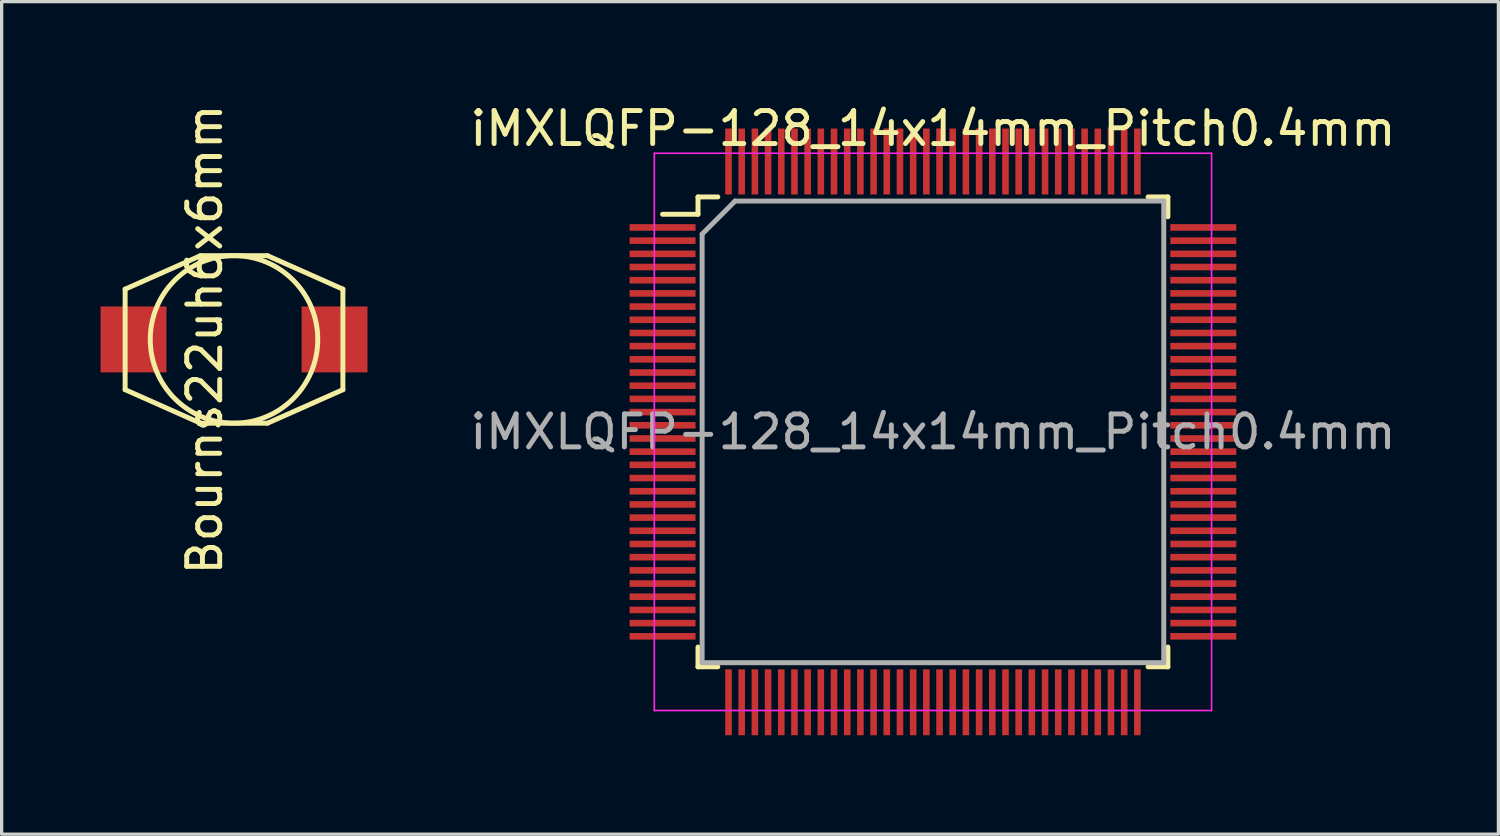
<source format=kicad_pcb>
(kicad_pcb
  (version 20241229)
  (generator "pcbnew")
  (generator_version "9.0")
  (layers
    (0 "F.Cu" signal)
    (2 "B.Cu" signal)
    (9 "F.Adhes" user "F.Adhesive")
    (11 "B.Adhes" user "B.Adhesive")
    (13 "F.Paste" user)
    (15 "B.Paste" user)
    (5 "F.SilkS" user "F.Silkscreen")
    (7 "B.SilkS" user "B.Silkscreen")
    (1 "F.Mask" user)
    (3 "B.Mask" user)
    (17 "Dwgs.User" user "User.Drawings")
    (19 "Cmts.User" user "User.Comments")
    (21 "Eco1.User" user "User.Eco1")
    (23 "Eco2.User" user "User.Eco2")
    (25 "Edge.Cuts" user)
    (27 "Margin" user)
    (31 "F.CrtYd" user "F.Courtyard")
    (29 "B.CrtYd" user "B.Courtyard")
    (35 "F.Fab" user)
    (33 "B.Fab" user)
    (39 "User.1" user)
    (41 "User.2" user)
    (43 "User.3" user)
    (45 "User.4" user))
  (footprint "Bourns22uh6x6mm"
    (layer "F.Cu")
    (at 4.047 7.244)
    (property "Reference" "Bourns22uh6x6mm" (at -0.889 0 90) (layer "F.SilkS") (effects (font (size 1 1) (thickness 0.15))))
    (attr smd)
    (fp_line (start -3.302 -1.524) (end -1.016 -2.54) (stroke (width 0.15) (type solid)) (layer "F.SilkS"))
    (fp_line (start -3.302 1.524) (end -3.302 -1.524) (stroke (width 0.15) (type solid)) (layer "F.SilkS"))
    (fp_line (start -1.016 -2.54) (end 0 -2.54) (stroke (width 0.15) (type solid)) (layer "F.SilkS"))
    (fp_line (start -1.016 2.54) (end -3.302 1.524) (stroke (width 0.15) (type solid)) (layer "F.SilkS"))
    (fp_line (start 0 -2.54) (end 1.016 -2.54) (stroke (width 0.15) (type solid)) (layer "F.SilkS"))
    (fp_line (start 1.016 -2.54) (end 3.302 -1.524) (stroke (width 0.15) (type solid)) (layer "F.SilkS"))
    (fp_line (start 1.016 2.54) (end -1.016 2.54) (stroke (width 0.15) (type solid)) (layer "F.SilkS"))
    (fp_line (start 3.302 -1.524) (end 3.302 1.524) (stroke (width 0.15) (type solid)) (layer "F.SilkS"))
    (fp_line (start 3.302 1.524) (end 1.016 2.54) (stroke (width 0.15) (type solid)) (layer "F.SilkS"))
    (fp_circle (center 0 0) (end 0 2.54) (stroke (width 0.15) (type solid)) (fill no) (layer "F.SilkS"))
    (pad "1" smd rect (at -3.048 0) (size 1.999 1.999) (layers "F.Cu" "F.Mask" "F.Paste"))
    (pad "2" smd rect (at 3.048 0) (size 1.999 1.999) (layers "F.Cu" "F.Mask" "F.Paste")))
  (footprint "iMXLQFP-128_14x14mm_Pitch0.4mm"
    (layer "F.Cu")
    (at 25.244 10.048)
    (property "Reference" "iMXLQFP-128_14x14mm_Pitch0.4mm" (at 0 -9.2 0) (layer "F.SilkS") (effects (font (size 1 1) (thickness 0.15))))
    (attr smd)
    (fp_line (start -7.125 -7.125) (end -7.125 -6.6) (stroke (width 0.15) (type solid)) (layer "F.SilkS"))
    (fp_line (start -7.125 -7.125) (end -6.525 -7.125) (stroke (width 0.15) (type solid)) (layer "F.SilkS"))
    (fp_line (start -7.125 -6.6) (end -8.2 -6.6) (stroke (width 0.15) (type solid)) (layer "F.SilkS"))
    (fp_line (start -7.125 7.125) (end -7.125 6.525) (stroke (width 0.15) (type solid)) (layer "F.SilkS"))
    (fp_line (start -7.125 7.125) (end -6.525 7.125) (stroke (width 0.15) (type solid)) (layer "F.SilkS"))
    (fp_line (start 7.125 -7.125) (end 6.525 -7.125) (stroke (width 0.15) (type solid)) (layer "F.SilkS"))
    (fp_line (start 7.125 -7.125) (end 7.125 -6.525) (stroke (width 0.15) (type solid)) (layer "F.SilkS"))
    (fp_line (start 7.125 7.125) (end 6.525 7.125) (stroke (width 0.15) (type solid)) (layer "F.SilkS"))
    (fp_line (start 7.125 7.125) (end 7.125 6.525) (stroke (width 0.15) (type solid)) (layer "F.SilkS"))
    (fp_line (start -8.45 -8.45) (end -8.45 8.45) (stroke (width 0.05) (type solid)) (layer "F.CrtYd"))
    (fp_line (start -8.45 -8.45) (end 8.45 -8.45) (stroke (width 0.05) (type solid)) (layer "F.CrtYd"))
    (fp_line (start -8.45 8.45) (end 8.45 8.45) (stroke (width 0.05) (type solid)) (layer "F.CrtYd"))
    (fp_line (start 8.45 -8.45) (end 8.45 8.45) (stroke (width 0.05) (type solid)) (layer "F.CrtYd"))
    (fp_line (start -7 -6) (end -6 -7) (stroke (width 0.15) (type solid)) (layer "F.Fab"))
    (fp_line (start -7 7) (end -7 -6) (stroke (width 0.15) (type solid)) (layer "F.Fab"))
    (fp_line (start -6 -7) (end 7 -7) (stroke (width 0.15) (type solid)) (layer "F.Fab"))
    (fp_line (start 7 -7) (end 7 7) (stroke (width 0.15) (type solid)) (layer "F.Fab"))
    (fp_line (start 7 7) (end -7 7) (stroke (width 0.15) (type solid)) (layer "F.Fab"))
    (fp_text user "${REFERENCE}" (at 0 0 0) (layer "F.Fab") (effects (font (size 1 1) (thickness 0.15))))
    (pad "1" smd rect (at -8.2 -6.2) (size 2 0.2) (layers "F.Cu" "F.Mask" "F.Paste"))
    (pad "2" smd rect (at -8.2 -5.8) (size 2 0.2) (layers "F.Cu" "F.Mask" "F.Paste"))
    (pad "3" smd rect (at -8.2 -5.4) (size 2 0.2) (layers "F.Cu" "F.Mask" "F.Paste"))
    (pad "4" smd rect (at -8.2 -5) (size 2 0.2) (layers "F.Cu" "F.Mask" "F.Paste"))
    (pad "5" smd rect (at -8.2 -4.6) (size 2 0.2) (layers "F.Cu" "F.Mask" "F.Paste"))
    (pad "6" smd rect (at -8.2 -4.2) (size 2 0.2) (layers "F.Cu" "F.Mask" "F.Paste"))
    (pad "7" smd rect (at -8.2 -3.8) (size 2 0.2) (layers "F.Cu" "F.Mask" "F.Paste"))
    (pad "8" smd rect (at -8.2 -3.4) (size 2 0.2) (layers "F.Cu" "F.Mask" "F.Paste"))
    (pad "9" smd rect (at -8.2 -3) (size 2 0.2) (layers "F.Cu" "F.Mask" "F.Paste"))
    (pad "10" smd rect (at -8.2 -2.6) (size 2 0.2) (layers "F.Cu" "F.Mask" "F.Paste"))
    (pad "11" smd rect (at -8.2 -2.2) (size 2 0.2) (layers "F.Cu" "F.Mask" "F.Paste"))
    (pad "12" smd rect (at -8.2 -1.8) (size 2 0.2) (layers "F.Cu" "F.Mask" "F.Paste"))
    (pad "13" smd rect (at -8.2 -1.4) (size 2 0.2) (layers "F.Cu" "F.Mask" "F.Paste"))
    (pad "14" smd rect (at -8.2 -1) (size 2 0.2) (layers "F.Cu" "F.Mask" "F.Paste"))
    (pad "15" smd rect (at -8.2 -0.6) (size 2 0.2) (layers "F.Cu" "F.Mask" "F.Paste"))
    (pad "16" smd rect (at -8.2 -0.2) (size 2 0.2) (layers "F.Cu" "F.Mask" "F.Paste"))
    (pad "17" smd rect (at -8.2 0.2) (size 2 0.2) (layers "F.Cu" "F.Mask" "F.Paste"))
    (pad "18" smd rect (at -8.2 0.6) (size 2 0.2) (layers "F.Cu" "F.Mask" "F.Paste"))
    (pad "19" smd rect (at -8.2 1) (size 2 0.2) (layers "F.Cu" "F.Mask" "F.Paste"))
    (pad "20" smd rect (at -8.2 1.4) (size 2 0.2) (layers "F.Cu" "F.Mask" "F.Paste"))
    (pad "21" smd rect (at -8.2 1.8) (size 2 0.2) (layers "F.Cu" "F.Mask" "F.Paste"))
    (pad "22" smd rect (at -8.2 2.2) (size 2 0.2) (layers "F.Cu" "F.Mask" "F.Paste"))
    (pad "23" smd rect (at -8.2 2.6) (size 2 0.2) (layers "F.Cu" "F.Mask" "F.Paste"))
    (pad "24" smd rect (at -8.2 3) (size 2 0.2) (layers "F.Cu" "F.Mask" "F.Paste"))
    (pad "25" smd rect (at -8.2 3.4) (size 2 0.2) (layers "F.Cu" "F.Mask" "F.Paste"))
    (pad "26" smd rect (at -8.2 3.8) (size 2 0.2) (layers "F.Cu" "F.Mask" "F.Paste"))
    (pad "27" smd rect (at -8.2 4.2) (size 2 0.2) (layers "F.Cu" "F.Mask" "F.Paste"))
    (pad "28" smd rect (at -8.2 4.6) (size 2 0.2) (layers "F.Cu" "F.Mask" "F.Paste"))
    (pad "29" smd rect (at -8.2 5) (size 2 0.2) (layers "F.Cu" "F.Mask" "F.Paste"))
    (pad "30" smd rect (at -8.2 5.4) (size 2 0.2) (layers "F.Cu" "F.Mask" "F.Paste"))
    (pad "31" smd rect (at -8.2 5.8) (size 2 0.2) (layers "F.Cu" "F.Mask" "F.Paste"))
    (pad "32" smd rect (at -8.2 6.2) (size 2 0.2) (layers "F.Cu" "F.Mask" "F.Paste"))
    (pad "33" smd rect (at -6.2 8.2 90) (size 2 0.2) (layers "F.Cu" "F.Mask" "F.Paste"))
    (pad "34" smd rect (at -5.8 8.2 90) (size 2 0.2) (layers "F.Cu" "F.Mask" "F.Paste"))
    (pad "35" smd rect (at -5.4 8.2 90) (size 2 0.2) (layers "F.Cu" "F.Mask" "F.Paste"))
    (pad "36" smd rect (at -5 8.2 90) (size 2 0.2) (layers "F.Cu" "F.Mask" "F.Paste"))
    (pad "37" smd rect (at -4.6 8.2 90) (size 2 0.2) (layers "F.Cu" "F.Mask" "F.Paste"))
    (pad "38" smd rect (at -4.2 8.2 90) (size 2 0.2) (layers "F.Cu" "F.Mask" "F.Paste"))
    (pad "39" smd rect (at -3.8 8.2 90) (size 2 0.2) (layers "F.Cu" "F.Mask" "F.Paste"))
    (pad "40" smd rect (at -3.4 8.2 90) (size 2 0.2) (layers "F.Cu" "F.Mask" "F.Paste"))
    (pad "41" smd rect (at -3 8.2 90) (size 2 0.2) (layers "F.Cu" "F.Mask" "F.Paste"))
    (pad "42" smd rect (at -2.6 8.2 90) (size 2 0.2) (layers "F.Cu" "F.Mask" "F.Paste"))
    (pad "43" smd rect (at -2.2 8.2 90) (size 2 0.2) (layers "F.Cu" "F.Mask" "F.Paste"))
    (pad "44" smd rect (at -1.8 8.2 90) (size 2 0.2) (layers "F.Cu" "F.Mask" "F.Paste"))
    (pad "45" smd rect (at -1.4 8.2 90) (size 2 0.2) (layers "F.Cu" "F.Mask" "F.Paste"))
    (pad "46" smd rect (at -1 8.2 90) (size 2 0.2) (layers "F.Cu" "F.Mask" "F.Paste"))
    (pad "47" smd rect (at -0.6 8.2 90) (size 2 0.2) (layers "F.Cu" "F.Mask" "F.Paste"))
    (pad "48" smd rect (at -0.2 8.2 90) (size 2 0.2) (layers "F.Cu" "F.Mask" "F.Paste"))
    (pad "49" smd rect (at 0.2 8.2 90) (size 2 0.2) (layers "F.Cu" "F.Mask" "F.Paste"))
    (pad "50" smd rect (at 0.6 8.2 90) (size 2 0.2) (layers "F.Cu" "F.Mask" "F.Paste"))
    (pad "51" smd rect (at 1 8.2 90) (size 2 0.2) (layers "F.Cu" "F.Mask" "F.Paste"))
    (pad "52" smd rect (at 1.4 8.2 90) (size 2 0.2) (layers "F.Cu" "F.Mask" "F.Paste"))
    (pad "53" smd rect (at 1.8 8.2 90) (size 2 0.2) (layers "F.Cu" "F.Mask" "F.Paste"))
    (pad "54" smd rect (at 2.2 8.2 90) (size 2 0.2) (layers "F.Cu" "F.Mask" "F.Paste"))
    (pad "55" smd rect (at 2.6 8.2 90) (size 2 0.2) (layers "F.Cu" "F.Mask" "F.Paste"))
    (pad "56" smd rect (at 3 8.2 90) (size 2 0.2) (layers "F.Cu" "F.Mask" "F.Paste"))
    (pad "57" smd rect (at 3.4 8.2 90) (size 2 0.2) (layers "F.Cu" "F.Mask" "F.Paste"))
    (pad "58" smd rect (at 3.8 8.2 90) (size 2 0.2) (layers "F.Cu" "F.Mask" "F.Paste"))
    (pad "59" smd rect (at 4.2 8.2 90) (size 2 0.2) (layers "F.Cu" "F.Mask" "F.Paste"))
    (pad "60" smd rect (at 4.6 8.2 90) (size 2 0.2) (layers "F.Cu" "F.Mask" "F.Paste"))
    (pad "61" smd rect (at 5 8.2 90) (size 2 0.2) (layers "F.Cu" "F.Mask" "F.Paste"))
    (pad "62" smd rect (at 5.4 8.2 90) (size 2 0.2) (layers "F.Cu" "F.Mask" "F.Paste"))
    (pad "63" smd rect (at 5.8 8.2 90) (size 2 0.2) (layers "F.Cu" "F.Mask" "F.Paste"))
    (pad "64" smd rect (at 6.2 8.2 90) (size 2 0.2) (layers "F.Cu" "F.Mask" "F.Paste"))
    (pad "65" smd rect (at 8.2 6.2) (size 2 0.2) (layers "F.Cu" "F.Mask" "F.Paste"))
    (pad "66" smd rect (at 8.2 5.8) (size 2 0.2) (layers "F.Cu" "F.Mask" "F.Paste"))
    (pad "67" smd rect (at 8.2 5.4) (size 2 0.2) (layers "F.Cu" "F.Mask" "F.Paste"))
    (pad "68" smd rect (at 8.2 5) (size 2 0.2) (layers "F.Cu" "F.Mask" "F.Paste"))
    (pad "69" smd rect (at 8.2 4.6) (size 2 0.2) (layers "F.Cu" "F.Mask" "F.Paste"))
    (pad "70" smd rect (at 8.2 4.2) (size 2 0.2) (layers "F.Cu" "F.Mask" "F.Paste"))
    (pad "71" smd rect (at 8.2 3.8) (size 2 0.2) (layers "F.Cu" "F.Mask" "F.Paste"))
    (pad "72" smd rect (at 8.2 3.4) (size 2 0.2) (layers "F.Cu" "F.Mask" "F.Paste"))
    (pad "73" smd rect (at 8.2 3) (size 2 0.2) (layers "F.Cu" "F.Mask" "F.Paste"))
    (pad "74" smd rect (at 8.2 2.6) (size 2 0.2) (layers "F.Cu" "F.Mask" "F.Paste"))
    (pad "75" smd rect (at 8.2 2.2) (size 2 0.2) (layers "F.Cu" "F.Mask" "F.Paste"))
    (pad "76" smd rect (at 8.2 1.8) (size 2 0.2) (layers "F.Cu" "F.Mask" "F.Paste"))
    (pad "77" smd rect (at 8.2 1.4) (size 2 0.2) (layers "F.Cu" "F.Mask" "F.Paste"))
    (pad "78" smd rect (at 8.2 1) (size 2 0.2) (layers "F.Cu" "F.Mask" "F.Paste"))
    (pad "79" smd rect (at 8.2 0.6) (size 2 0.2) (layers "F.Cu" "F.Mask" "F.Paste"))
    (pad "80" smd rect (at 8.2 0.2) (size 2 0.2) (layers "F.Cu" "F.Mask" "F.Paste"))
    (pad "81" smd rect (at 8.2 -0.2) (size 2 0.2) (layers "F.Cu" "F.Mask" "F.Paste"))
    (pad "82" smd rect (at 8.2 -0.6) (size 2 0.2) (layers "F.Cu" "F.Mask" "F.Paste"))
    (pad "83" smd rect (at 8.2 -1) (size 2 0.2) (layers "F.Cu" "F.Mask" "F.Paste"))
    (pad "84" smd rect (at 8.2 -1.4) (size 2 0.2) (layers "F.Cu" "F.Mask" "F.Paste"))
    (pad "85" smd rect (at 8.2 -1.8) (size 2 0.2) (layers "F.Cu" "F.Mask" "F.Paste"))
    (pad "86" smd rect (at 8.2 -2.2) (size 2 0.2) (layers "F.Cu" "F.Mask" "F.Paste"))
    (pad "87" smd rect (at 8.2 -2.6) (size 2 0.2) (layers "F.Cu" "F.Mask" "F.Paste"))
    (pad "88" smd rect (at 8.2 -3) (size 2 0.2) (layers "F.Cu" "F.Mask" "F.Paste"))
    (pad "89" smd rect (at 8.2 -3.4) (size 2 0.2) (layers "F.Cu" "F.Mask" "F.Paste"))
    (pad "90" smd rect (at 8.2 -3.8) (size 2 0.2) (layers "F.Cu" "F.Mask" "F.Paste"))
    (pad "91" smd rect (at 8.2 -4.2) (size 2 0.2) (layers "F.Cu" "F.Mask" "F.Paste"))
    (pad "92" smd rect (at 8.2 -4.6) (size 2 0.2) (layers "F.Cu" "F.Mask" "F.Paste"))
    (pad "93" smd rect (at 8.2 -5) (size 2 0.2) (layers "F.Cu" "F.Mask" "F.Paste"))
    (pad "94" smd rect (at 8.2 -5.4) (size 2 0.2) (layers "F.Cu" "F.Mask" "F.Paste"))
    (pad "95" smd rect (at 8.2 -5.8) (size 2 0.2) (layers "F.Cu" "F.Mask" "F.Paste"))
    (pad "96" smd rect (at 8.2 -6.2) (size 2 0.2) (layers "F.Cu" "F.Mask" "F.Paste"))
    (pad "97" smd rect (at 6.2 -8.2 90) (size 2 0.2) (layers "F.Cu" "F.Mask" "F.Paste"))
    (pad "98" smd rect (at 5.8 -8.2 90) (size 2 0.2) (layers "F.Cu" "F.Mask" "F.Paste"))
    (pad "99" smd rect (at 5.4 -8.2 90) (size 2 0.2) (layers "F.Cu" "F.Mask" "F.Paste"))
    (pad "100" smd rect (at 5 -8.2 90) (size 2 0.2) (layers "F.Cu" "F.Mask" "F.Paste"))
    (pad "101" smd rect (at 4.6 -8.2 90) (size 2 0.2) (layers "F.Cu" "F.Mask" "F.Paste"))
    (pad "102" smd rect (at 4.2 -8.2 90) (size 2 0.2) (layers "F.Cu" "F.Mask" "F.Paste"))
    (pad "103" smd rect (at 3.8 -8.2 90) (size 2 0.2) (layers "F.Cu" "F.Mask" "F.Paste"))
    (pad "104" smd rect (at 3.4 -8.2 90) (size 2 0.2) (layers "F.Cu" "F.Mask" "F.Paste"))
    (pad "105" smd rect (at 3 -8.2 90) (size 2 0.2) (layers "F.Cu" "F.Mask" "F.Paste"))
    (pad "106" smd rect (at 2.6 -8.2 90) (size 2 0.2) (layers "F.Cu" "F.Mask" "F.Paste"))
    (pad "107" smd rect (at 2.2 -8.2 90) (size 2 0.2) (layers "F.Cu" "F.Mask" "F.Paste"))
    (pad "108" smd rect (at 1.8 -8.2 90) (size 2 0.2) (layers "F.Cu" "F.Mask" "F.Paste"))
    (pad "109" smd rect (at 1.4 -8.2 90) (size 2 0.2) (layers "F.Cu" "F.Mask" "F.Paste"))
    (pad "110" smd rect (at 1 -8.2 90) (size 2 0.2) (layers "F.Cu" "F.Mask" "F.Paste"))
    (pad "111" smd rect (at 0.6 -8.2 90) (size 2 0.2) (layers "F.Cu" "F.Mask" "F.Paste"))
    (pad "112" smd rect (at 0.2 -8.2 90) (size 2 0.2) (layers "F.Cu" "F.Mask" "F.Paste"))
    (pad "113" smd rect (at -0.2 -8.2 90) (size 2 0.2) (layers "F.Cu" "F.Mask" "F.Paste"))
    (pad "114" smd rect (at -0.6 -8.2 90) (size 2 0.2) (layers "F.Cu" "F.Mask" "F.Paste"))
    (pad "115" smd rect (at -1 -8.2 90) (size 2 0.2) (layers "F.Cu" "F.Mask" "F.Paste"))
    (pad "116" smd rect (at -1.4 -8.2 90) (size 2 0.2) (layers "F.Cu" "F.Mask" "F.Paste"))
    (pad "117" smd rect (at -1.8 -8.2 90) (size 2 0.2) (layers "F.Cu" "F.Mask" "F.Paste"))
    (pad "118" smd rect (at -2.2 -8.2 90) (size 2 0.2) (layers "F.Cu" "F.Mask" "F.Paste"))
    (pad "119" smd rect (at -2.6 -8.2 90) (size 2 0.2) (layers "F.Cu" "F.Mask" "F.Paste"))
    (pad "120" smd rect (at -3 -8.2 90) (size 2 0.2) (layers "F.Cu" "F.Mask" "F.Paste"))
    (pad "121" smd rect (at -3.4 -8.2 90) (size 2 0.2) (layers "F.Cu" "F.Mask" "F.Paste"))
    (pad "122" smd rect (at -3.8 -8.2 90) (size 2 0.2) (layers "F.Cu" "F.Mask" "F.Paste"))
    (pad "123" smd rect (at -4.2 -8.2 90) (size 2 0.2) (layers "F.Cu" "F.Mask" "F.Paste"))
    (pad "124" smd rect (at -4.6 -8.2 90) (size 2 0.2) (layers "F.Cu" "F.Mask" "F.Paste"))
    (pad "125" smd rect (at -5 -8.2 90) (size 2 0.2) (layers "F.Cu" "F.Mask" "F.Paste"))
    (pad "126" smd rect (at -5.4 -8.2 90) (size 2 0.2) (layers "F.Cu" "F.Mask" "F.Paste"))
    (pad "127" smd rect (at -5.8 -8.2 90) (size 2 0.2) (layers "F.Cu" "F.Mask" "F.Paste"))
    (pad "128" smd rect (at -6.2 -8.2 90) (size 2 0.2) (layers "F.Cu" "F.Mask" "F.Paste")))
  (gr_rect
    (start -3 -3)
    (end 42.393 22.248)
    (stroke (width 0.1) (type default))
    (fill no)
    (layer "Edge.Cuts")))
</source>
